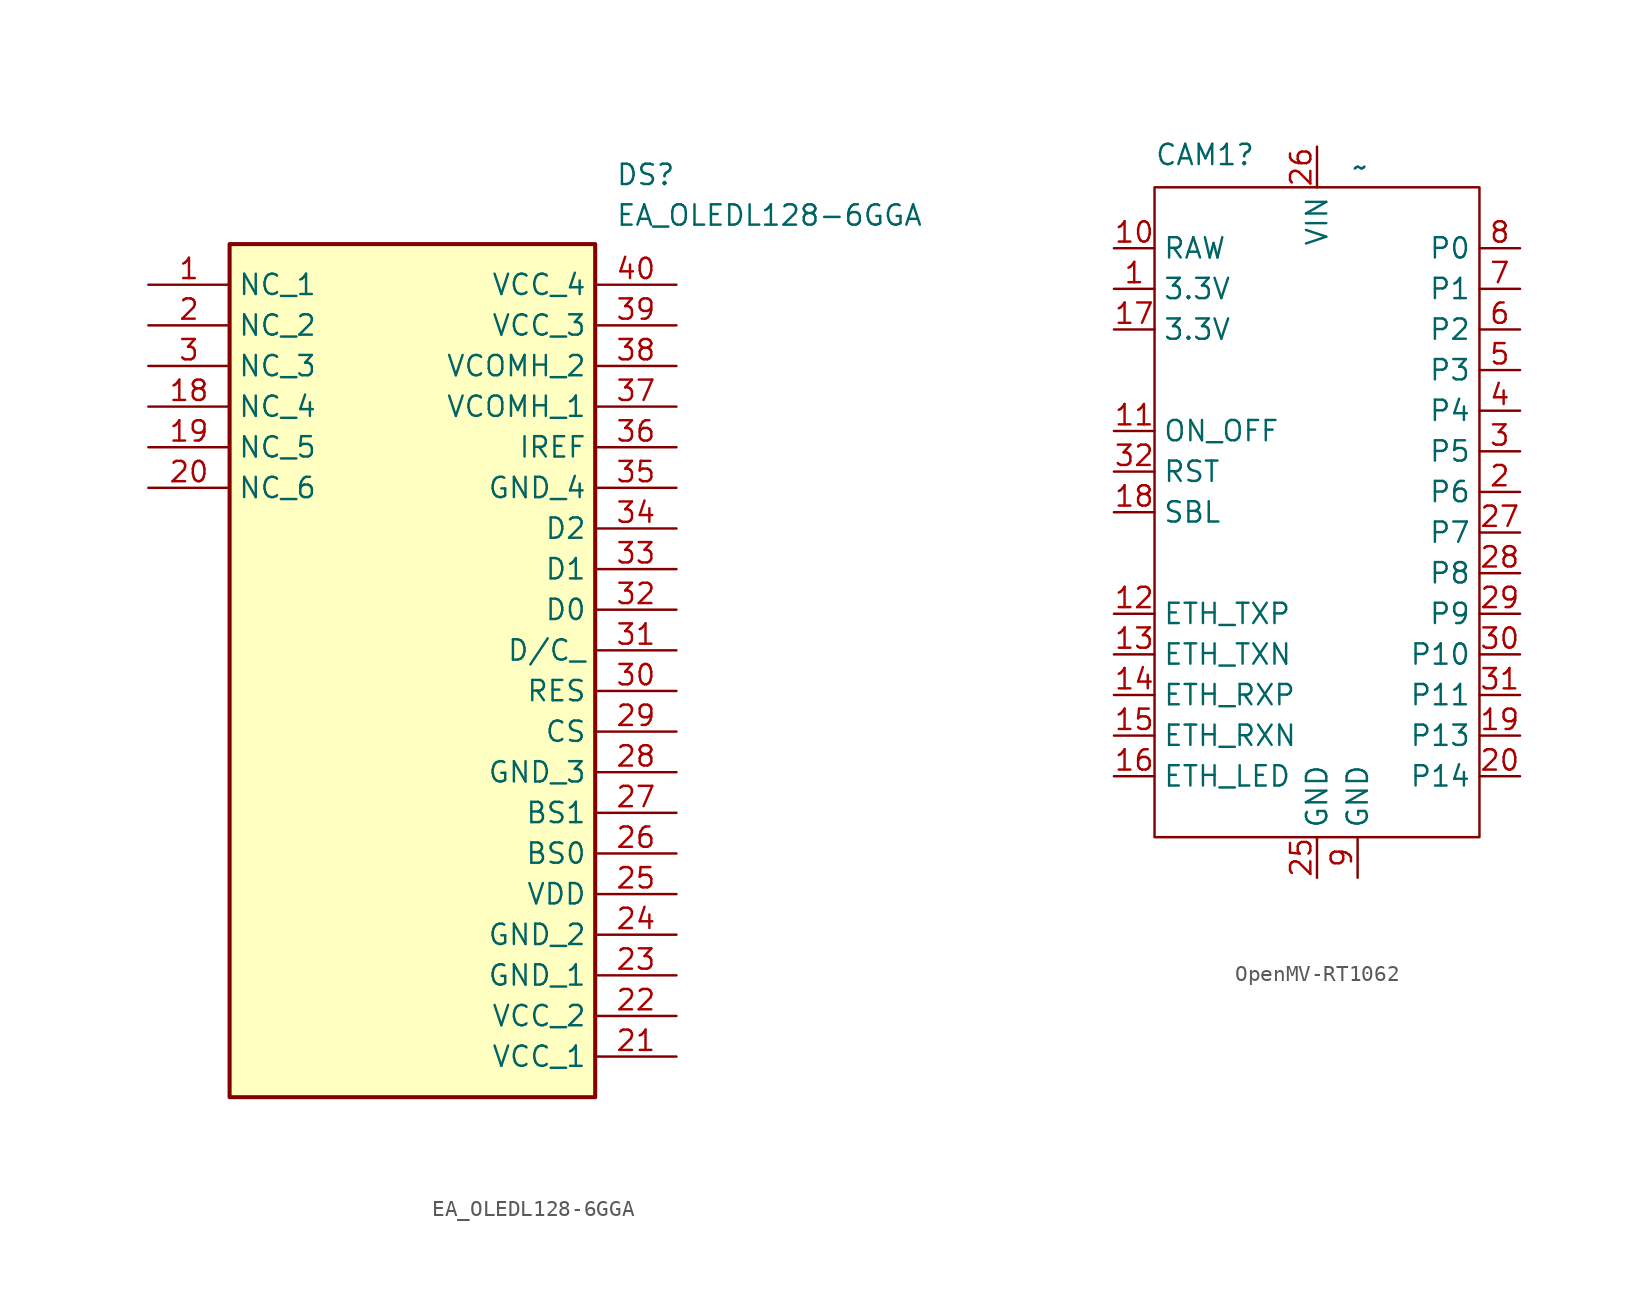
<source format=kicad_sym>
(kicad_symbol_lib
  (version 20241209)
  (generator "kicad_symbol_editor")
  (generator_version "9.0")
  (symbol "EA_OLEDL128-6GGA"
    (property "Reference" "DS"
      (at 29.21 7.62 0)
      (effects (font (size 1.27 1.27)) (justify left top)))
    (property "Value" "EA_OLEDL128-6GGA"
      (at 29.21 5.08 0)
      (effects (font (size 1.27 1.27)) (justify left top)))
    (symbol "EA_OLEDL128-6GGA_1_1"
      (rectangle (start 5.08 2.54) (end 27.94 -50.8) (stroke (width 0.254) (type default)) (fill (type background)))
      (pin passive line (at 0 0 0) (length 5.08) (name "NC_1" (effects (font (size 1.27 1.27)))) (number "1" (effects (font (size 1.27 1.27)))))
      (pin passive line (at 0 -2.54 0) (length 5.08) (name "NC_2" (effects (font (size 1.27 1.27)))) (number "2" (effects (font (size 1.27 1.27)))))
      (pin passive line (at 0 -5.08 0) (length 5.08) (name "NC_3" (effects (font (size 1.27 1.27)))) (number "3" (effects (font (size 1.27 1.27)))))
      (pin passive line (at 0 -7.62 0) (length 5.08) (name "NC_4" (effects (font (size 1.27 1.27)))) (number "18" (effects (font (size 1.27 1.27)))))
      (pin passive line (at 0 -10.16 0) (length 5.08) (name "NC_5" (effects (font (size 1.27 1.27)))) (number "19" (effects (font (size 1.27 1.27)))))
      (pin passive line (at 0 -12.7 0) (length 5.08) (name "NC_6" (effects (font (size 1.27 1.27)))) (number "20" (effects (font (size 1.27 1.27)))))
      (pin passive line (at 33.02 0 180) (length 5.08) (name "VCC_4" (effects (font (size 1.27 1.27)))) (number "40" (effects (font (size 1.27 1.27)))))
      (pin passive line (at 33.02 -2.54 180) (length 5.08) (name "VCC_3" (effects (font (size 1.27 1.27)))) (number "39" (effects (font (size 1.27 1.27)))))
      (pin passive line (at 33.02 -5.08 180) (length 5.08) (name "VCOMH_2" (effects (font (size 1.27 1.27)))) (number "38" (effects (font (size 1.27 1.27)))))
      (pin passive line (at 33.02 -7.62 180) (length 5.08) (name "VCOMH_1" (effects (font (size 1.27 1.27)))) (number "37" (effects (font (size 1.27 1.27)))))
      (pin passive line (at 33.02 -10.16 180) (length 5.08) (name "IREF" (effects (font (size 1.27 1.27)))) (number "36" (effects (font (size 1.27 1.27)))))
      (pin passive line (at 33.02 -12.7 180) (length 5.08) (name "GND_4" (effects (font (size 1.27 1.27)))) (number "35" (effects (font (size 1.27 1.27)))))
      (pin passive line (at 33.02 -15.24 180) (length 5.08) (name "D2" (effects (font (size 1.27 1.27)))) (number "34" (effects (font (size 1.27 1.27)))))
      (pin passive line (at 33.02 -17.78 180) (length 5.08) (name "D1" (effects (font (size 1.27 1.27)))) (number "33" (effects (font (size 1.27 1.27)))))
      (pin passive line (at 33.02 -20.32 180) (length 5.08) (name "D0" (effects (font (size 1.27 1.27)))) (number "32" (effects (font (size 1.27 1.27)))))
      (pin passive line (at 33.02 -22.86 180) (length 5.08) (name "D/C_" (effects (font (size 1.27 1.27)))) (number "31" (effects (font (size 1.27 1.27)))))
      (pin passive line (at 33.02 -25.4 180) (length 5.08) (name "RES" (effects (font (size 1.27 1.27)))) (number "30" (effects (font (size 1.27 1.27)))))
      (pin passive line (at 33.02 -27.94 180) (length 5.08) (name "CS" (effects (font (size 1.27 1.27)))) (number "29" (effects (font (size 1.27 1.27)))))
      (pin passive line (at 33.02 -30.48 180) (length 5.08) (name "GND_3" (effects (font (size 1.27 1.27)))) (number "28" (effects (font (size 1.27 1.27)))))
      (pin passive line (at 33.02 -33.02 180) (length 5.08) (name "BS1" (effects (font (size 1.27 1.27)))) (number "27" (effects (font (size 1.27 1.27)))))
      (pin passive line (at 33.02 -35.56 180) (length 5.08) (name "BS0" (effects (font (size 1.27 1.27)))) (number "26" (effects (font (size 1.27 1.27)))))
      (pin passive line (at 33.02 -38.1 180) (length 5.08) (name "VDD" (effects (font (size 1.27 1.27)))) (number "25" (effects (font (size 1.27 1.27)))))
      (pin passive line (at 33.02 -40.64 180) (length 5.08) (name "GND_2" (effects (font (size 1.27 1.27)))) (number "24" (effects (font (size 1.27 1.27)))))
      (pin passive line (at 33.02 -43.18 180) (length 5.08) (name "GND_1" (effects (font (size 1.27 1.27)))) (number "23" (effects (font (size 1.27 1.27)))))
      (pin passive line (at 33.02 -45.72 180) (length 5.08) (name "VCC_2" (effects (font (size 1.27 1.27)))) (number "22" (effects (font (size 1.27 1.27)))))
      (pin passive line (at 33.02 -48.26 180) (length 5.08) (name "VCC_1" (effects (font (size 1.27 1.27)))) (number "21" (effects (font (size 1.27 1.27)))))))
  (symbol "OpenMV-RT1062"
    (property "Reference" "CAM1"
      (at -10.16 22.352 0)
      (effects (font (size 1.27 1.27)) (justify left)))
    (property "Value" "~"
      (at 2.143 21.59 0)
      (effects (font (size 1.27 1.27)) (justify left)))
    (symbol "OpenMV-RT1062_0_1"
      (rectangle (start -10.16 20.32) (end 10.16 -20.32) (stroke (width 0) (type default)) (fill (type none))))
    (symbol "OpenMV-RT1062_1_1"
      (pin power_out line (at -12.7 16.51 0) (length 2.54) (name "RAW" (effects (font (size 1.27 1.27)))) (number "10" (effects (font (size 1.27 1.27)))))
      (pin power_out line (at -12.7 13.97 0) (length 2.54) (name "3.3V" (effects (font (size 1.27 1.27)))) (number "1" (effects (font (size 1.27 1.27)))))
      (pin power_out line (at -12.7 11.43 0) (length 2.54) (name "3.3V" (effects (font (size 1.27 1.27)))) (number "17" (effects (font (size 1.27 1.27)))))
      (pin input line (at -12.7 5.08 0) (length 2.54) (name "ON_OFF" (effects (font (size 1.27 1.27)))) (number "11" (effects (font (size 1.27 1.27)))))
      (pin input line (at -12.7 2.54 0) (length 2.54) (name "RST" (effects (font (size 1.27 1.27)))) (number "32" (effects (font (size 1.27 1.27)))))
      (pin input line (at -12.7 0 0) (length 2.54) (name "SBL" (effects (font (size 1.27 1.27)))) (number "18" (effects (font (size 1.27 1.27)))))
      (pin output line (at -12.7 -6.35 0) (length 2.54) (name "ETH_TXP" (effects (font (size 1.27 1.27)))) (number "12" (effects (font (size 1.27 1.27)))))
      (pin output line (at -12.7 -8.89 0) (length 2.54) (name "ETH_TXN" (effects (font (size 1.27 1.27)))) (number "13" (effects (font (size 1.27 1.27)))))
      (pin output line (at -12.7 -11.43 0) (length 2.54) (name "ETH_RXP" (effects (font (size 1.27 1.27)))) (number "14" (effects (font (size 1.27 1.27)))))
      (pin output line (at -12.7 -13.97 0) (length 2.54) (name "ETH_RXN" (effects (font (size 1.27 1.27)))) (number "15" (effects (font (size 1.27 1.27)))))
      (pin output line (at -12.7 -16.51 0) (length 2.54) (name "ETH_LED" (effects (font (size 1.27 1.27)))) (number "16" (effects (font (size 1.27 1.27)))))
      (pin power_in line (at 0 22.86 270) (length 2.54) (name "VIN" (effects (font (size 1.27 1.27)))) (number "26" (effects (font (size 1.27 1.27)))))
      (pin power_in line (at 0 -22.86 90) (length 2.54) (name "GND" (effects (font (size 1.27 1.27)))) (number "25" (effects (font (size 1.27 1.27)))))
      (pin power_out line (at 2.54 -22.86 90) (length 2.54) (name "GND" (effects (font (size 1.27 1.27)))) (number "9" (effects (font (size 1.27 1.27)))))
      (pin bidirectional line (at 12.7 16.51 180) (length 2.54) (name "P0" (effects (font (size 1.27 1.27)))) (number "8" (effects (font (size 1.27 1.27)))))
      (pin bidirectional line (at 12.7 13.97 180) (length 2.54) (name "P1" (effects (font (size 1.27 1.27)))) (number "7" (effects (font (size 1.27 1.27)))))
      (pin bidirectional line (at 12.7 11.43 180) (length 2.54) (name "P2" (effects (font (size 1.27 1.27)))) (number "6" (effects (font (size 1.27 1.27)))))
      (pin bidirectional line (at 12.7 8.89 180) (length 2.54) (name "P3" (effects (font (size 1.27 1.27)))) (number "5" (effects (font (size 1.27 1.27)))))
      (pin bidirectional line (at 12.7 6.35 180) (length 2.54) (name "P4" (effects (font (size 1.27 1.27)))) (number "4" (effects (font (size 1.27 1.27)))))
      (pin bidirectional line (at 12.7 3.81 180) (length 2.54) (name "P5" (effects (font (size 1.27 1.27)))) (number "3" (effects (font (size 1.27 1.27)))))
      (pin bidirectional line (at 12.7 1.27 180) (length 2.54) (name "P6" (effects (font (size 1.27 1.27)))) (number "2" (effects (font (size 1.27 1.27)))))
      (pin bidirectional line (at 12.7 -1.27 180) (length 2.54) (name "P7" (effects (font (size 1.27 1.27)))) (number "27" (effects (font (size 1.27 1.27)))))
      (pin bidirectional line (at 12.7 -3.81 180) (length 2.54) (name "P8" (effects (font (size 1.27 1.27)))) (number "28" (effects (font (size 1.27 1.27)))))
      (pin bidirectional line (at 12.7 -6.35 180) (length 2.54) (name "P9" (effects (font (size 1.27 1.27)))) (number "29" (effects (font (size 1.27 1.27)))))
      (pin bidirectional line (at 12.7 -8.89 180) (length 2.54) (name "P10" (effects (font (size 1.27 1.27)))) (number "30" (effects (font (size 1.27 1.27)))))
      (pin bidirectional line (at 12.7 -11.43 180) (length 2.54) (name "P11" (effects (font (size 1.27 1.27)))) (number "31" (effects (font (size 1.27 1.27)))))
      (pin input line (at 12.7 -13.97 180) (length 2.54) (name "P13" (effects (font (size 1.27 1.27)))) (number "19" (effects (font (size 1.27 1.27)))))
      (pin input line (at 12.7 -16.51 180) (length 2.54) (name "P14" (effects (font (size 1.27 1.27)))) (number "20" (effects (font (size 1.27 1.27))))))))
</source>
